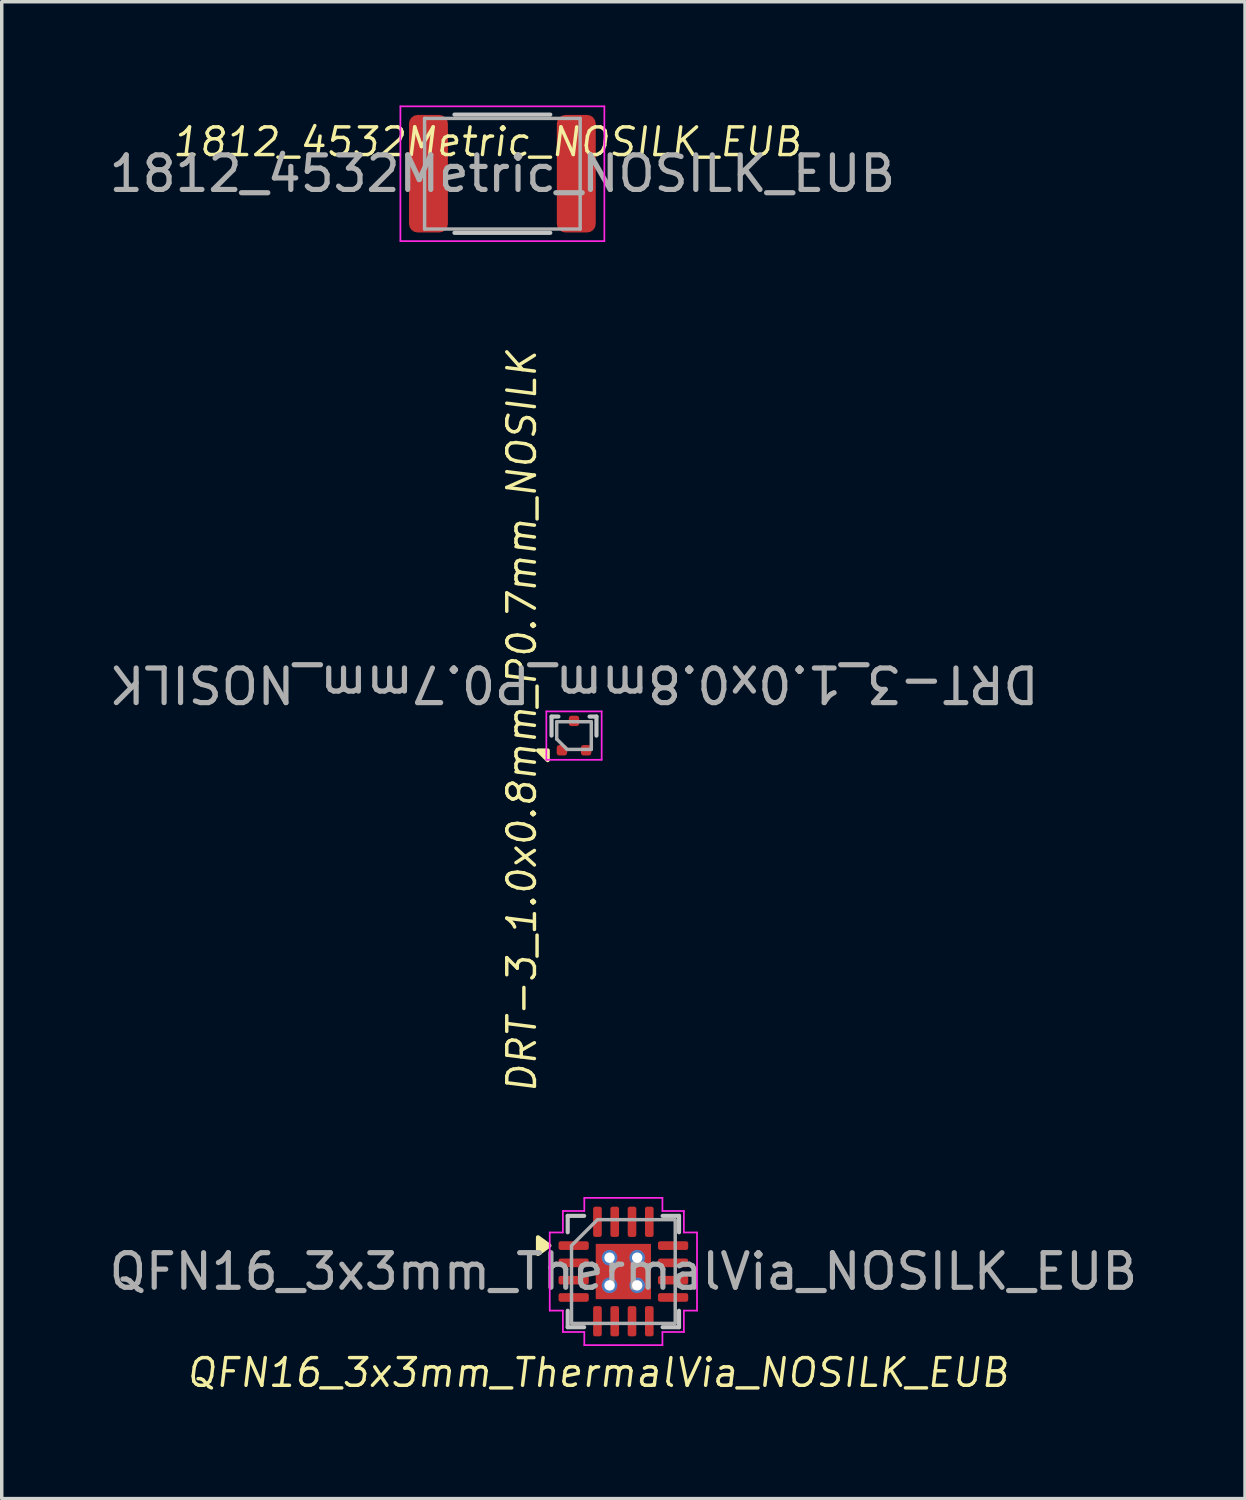
<source format=kicad_pcb>
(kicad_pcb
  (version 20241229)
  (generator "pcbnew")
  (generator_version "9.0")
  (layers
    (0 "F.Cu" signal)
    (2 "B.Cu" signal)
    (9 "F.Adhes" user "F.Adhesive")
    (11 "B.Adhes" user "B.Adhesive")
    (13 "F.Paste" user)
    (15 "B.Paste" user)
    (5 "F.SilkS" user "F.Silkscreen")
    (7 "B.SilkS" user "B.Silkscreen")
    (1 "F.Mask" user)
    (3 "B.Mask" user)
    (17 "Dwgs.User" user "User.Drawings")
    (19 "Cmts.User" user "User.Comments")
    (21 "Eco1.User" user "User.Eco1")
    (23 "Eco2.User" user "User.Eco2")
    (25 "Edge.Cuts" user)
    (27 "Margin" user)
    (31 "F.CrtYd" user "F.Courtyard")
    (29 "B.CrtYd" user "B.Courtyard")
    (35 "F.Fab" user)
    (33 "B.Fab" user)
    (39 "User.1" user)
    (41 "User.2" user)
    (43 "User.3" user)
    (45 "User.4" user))
  (footprint "QFN16_3x3mm_ThermalVia_NOSILK_EUB"
    (layer "F.Cu")
    (at 14.982 33.731)
    (property "Reference" "QFN16_3x3mm_ThermalVia_NOSILK_EUB" (at -0.74 2.925 0) (unlocked yes) (layer "F.SilkS") (effects (font (size 0.8 0.8) (thickness 0.1) (italic yes))))
    (attr smd)
    (fp_poly (pts (xy -2.14 -0.75) (xy -2.47 -0.51) (xy -2.47 -0.99)) (stroke (width 0.12) (type solid)) (fill yes) (layer "F.SilkS"))
    (fp_line (start -1.61 -1.61) (end -1.135 -1.61) (stroke (width 0.12) (type solid)) (layer "Dwgs.User"))
    (fp_line (start -1.61 -1.135) (end -1.61 -1.61) (stroke (width 0.12) (type solid)) (layer "Dwgs.User"))
    (fp_line (start -1.61 1.61) (end -1.61 1.135) (stroke (width 0.12) (type solid)) (layer "Dwgs.User"))
    (fp_line (start -1.135 1.61) (end -1.61 1.61) (stroke (width 0.12) (type solid)) (layer "Dwgs.User"))
    (fp_line (start 1.135 -1.61) (end 1.61 -1.61) (stroke (width 0.12) (type solid)) (layer "Dwgs.User"))
    (fp_line (start 1.61 -1.61) (end 1.61 -1.135) (stroke (width 0.12) (type solid)) (layer "Dwgs.User"))
    (fp_line (start 1.61 1.135) (end 1.61 1.61) (stroke (width 0.12) (type solid)) (layer "Dwgs.User"))
    (fp_line (start 1.61 1.61) (end 1.135 1.61) (stroke (width 0.12) (type solid)) (layer "Dwgs.User"))
    (fp_line (start -2.13 -1.13) (end -1.75 -1.13) (stroke (width 0.05) (type solid)) (layer "F.CrtYd"))
    (fp_line (start -2.13 1.13) (end -2.13 -1.13) (stroke (width 0.05) (type solid)) (layer "F.CrtYd"))
    (fp_line (start -1.75 -1.75) (end -1.13 -1.75) (stroke (width 0.05) (type solid)) (layer "F.CrtYd"))
    (fp_line (start -1.75 -1.13) (end -1.75 -1.75) (stroke (width 0.05) (type solid)) (layer "F.CrtYd"))
    (fp_line (start -1.75 1.13) (end -2.13 1.13) (stroke (width 0.05) (type solid)) (layer "F.CrtYd"))
    (fp_line (start -1.75 1.75) (end -1.75 1.13) (stroke (width 0.05) (type solid)) (layer "F.CrtYd"))
    (fp_line (start -1.13 -2.13) (end 1.13 -2.13) (stroke (width 0.05) (type solid)) (layer "F.CrtYd"))
    (fp_line (start -1.13 -1.75) (end -1.13 -2.13) (stroke (width 0.05) (type solid)) (layer "F.CrtYd"))
    (fp_line (start -1.13 1.75) (end -1.75 1.75) (stroke (width 0.05) (type solid)) (layer "F.CrtYd"))
    (fp_line (start -1.13 2.13) (end -1.13 1.75) (stroke (width 0.05) (type solid)) (layer "F.CrtYd"))
    (fp_line (start 1.13 -2.13) (end 1.13 -1.75) (stroke (width 0.05) (type solid)) (layer "F.CrtYd"))
    (fp_line (start 1.13 -1.75) (end 1.75 -1.75) (stroke (width 0.05) (type solid)) (layer "F.CrtYd"))
    (fp_line (start 1.13 1.75) (end 1.13 2.13) (stroke (width 0.05) (type solid)) (layer "F.CrtYd"))
    (fp_line (start 1.13 2.13) (end -1.13 2.13) (stroke (width 0.05) (type solid)) (layer "F.CrtYd"))
    (fp_line (start 1.75 -1.75) (end 1.75 -1.13) (stroke (width 0.05) (type solid)) (layer "F.CrtYd"))
    (fp_line (start 1.75 -1.13) (end 2.13 -1.13) (stroke (width 0.05) (type solid)) (layer "F.CrtYd"))
    (fp_line (start 1.75 1.13) (end 1.75 1.75) (stroke (width 0.05) (type solid)) (layer "F.CrtYd"))
    (fp_line (start 1.75 1.75) (end 1.13 1.75) (stroke (width 0.05) (type solid)) (layer "F.CrtYd"))
    (fp_line (start 2.13 -1.13) (end 2.13 1.13) (stroke (width 0.05) (type solid)) (layer "F.CrtYd"))
    (fp_line (start 2.13 1.13) (end 1.75 1.13) (stroke (width 0.05) (type solid)) (layer "F.CrtYd"))
    (fp_poly (pts (xy -1.5 -0.75) (xy -1.5 1.5) (xy 1.5 1.5) (xy 1.5 -1.5) (xy -0.75 -1.5)) (stroke (width 0.1) (type solid)) (fill no) (layer "F.Fab"))
    (fp_text user "${REFERENCE}" (at 0 0 0) (unlocked yes) (layer "F.Fab") (effects (font (size 1 1) (thickness 0.15))))
    (pad "" smd roundrect (at -0.4 -0.4) (size 0.64 0.64) (layers "F.Paste") (roundrect_rratio 0.25))
    (pad "" smd roundrect (at -0.4 0.4) (size 0.64 0.64) (layers "F.Paste") (roundrect_rratio 0.25))
    (pad "" smd roundrect (at 0.4 -0.4) (size 0.64 0.64) (layers "F.Paste") (roundrect_rratio 0.25))
    (pad "" smd roundrect (at 0.4 0.4) (size 0.64 0.64) (layers "F.Paste") (roundrect_rratio 0.25))
    (pad "1" smd roundrect (at -1.438 -0.75) (size 0.875 0.25) (layers "F.Cu" "F.Mask" "F.Paste") (roundrect_rratio 0.25))
    (pad "2" smd roundrect (at -1.438 -0.25) (size 0.875 0.25) (layers "F.Cu" "F.Mask" "F.Paste") (roundrect_rratio 0.25))
    (pad "3" smd roundrect (at -1.438 0.25) (size 0.875 0.25) (layers "F.Cu" "F.Mask" "F.Paste") (roundrect_rratio 0.25))
    (pad "4" smd roundrect (at -1.438 0.75) (size 0.875 0.25) (layers "F.Cu" "F.Mask" "F.Paste") (roundrect_rratio 0.25))
    (pad "5" smd roundrect (at -0.75 1.438) (size 0.25 0.875) (layers "F.Cu" "F.Mask" "F.Paste") (roundrect_rratio 0.25))
    (pad "6" smd roundrect (at -0.25 1.438) (size 0.25 0.875) (layers "F.Cu" "F.Mask" "F.Paste") (roundrect_rratio 0.25))
    (pad "7" smd roundrect (at 0.25 1.438) (size 0.25 0.875) (layers "F.Cu" "F.Mask" "F.Paste") (roundrect_rratio 0.25))
    (pad "8" smd roundrect (at 0.75 1.438) (size 0.25 0.875) (layers "F.Cu" "F.Mask" "F.Paste") (roundrect_rratio 0.25))
    (pad "9" smd roundrect (at 1.438 0.75) (size 0.875 0.25) (layers "F.Cu" "F.Mask" "F.Paste") (roundrect_rratio 0.25))
    (pad "10" smd roundrect (at 1.438 0.25) (size 0.875 0.25) (layers "F.Cu" "F.Mask" "F.Paste") (roundrect_rratio 0.25))
    (pad "11" smd roundrect (at 1.438 -0.25) (size 0.875 0.25) (layers "F.Cu" "F.Mask" "F.Paste") (roundrect_rratio 0.25))
    (pad "12" smd roundrect (at 1.438 -0.75) (size 0.875 0.25) (layers "F.Cu" "F.Mask" "F.Paste") (roundrect_rratio 0.25))
    (pad "13" smd roundrect (at 0.75 -1.438) (size 0.25 0.875) (layers "F.Cu" "F.Mask" "F.Paste") (roundrect_rratio 0.25))
    (pad "14" smd roundrect (at 0.25 -1.438) (size 0.25 0.875) (layers "F.Cu" "F.Mask" "F.Paste") (roundrect_rratio 0.25))
    (pad "15" smd roundrect (at -0.25 -1.438) (size 0.25 0.875) (layers "F.Cu" "F.Mask" "F.Paste") (roundrect_rratio 0.25))
    (pad "16" smd roundrect (at -0.75 -1.438) (size 0.25 0.875) (layers "F.Cu" "F.Mask" "F.Paste") (roundrect_rratio 0.25))
    (pad "17" thru_hole circle (at -0.4 -0.4) (size 0.45 0.45) (drill 0.3) (layers "*.Cu" "*.Mask"))
    (pad "17" thru_hole circle (at -0.4 0.4) (size 0.45 0.45) (drill 0.3) (layers "*.Cu" "*.Mask"))
    (pad "17" smd rect (at 0 0) (size 1.6 1.6) (property pad_prop_heatsink) (layers "F.Cu" "F.Mask"))
    (pad "17" thru_hole circle (at 0.4 -0.4) (size 0.45 0.45) (drill 0.3) (layers "*.Cu" "*.Mask"))
    (pad "17" thru_hole circle (at 0.4 0.4) (size 0.45 0.45) (drill 0.3) (layers "*.Cu" "*.Mask")))
  (footprint "1812_4532Metric_NOSILK_EUB"
    (layer "F.Cu")
    (at 11.482 1.975)
    (property "Reference" "1812_4532Metric_NOSILK_EUB" (at -0.44 -0.92 0) (unlocked yes) (layer "F.SilkS") (effects (font (size 0.8 0.8) (thickness 0.1) (italic yes))))
    (attr smd)
    (fp_line (start -1.386 -1.71) (end 1.386 -1.71) (stroke (width 0.12) (type solid)) (layer "Dwgs.User"))
    (fp_line (start -1.386 1.71) (end 1.386 1.71) (stroke (width 0.12) (type solid)) (layer "Dwgs.User"))
    (fp_line (start -2.95 -1.95) (end 2.95 -1.95) (stroke (width 0.05) (type solid)) (layer "F.CrtYd"))
    (fp_line (start -2.95 1.95) (end -2.95 -1.95) (stroke (width 0.05) (type solid)) (layer "F.CrtYd"))
    (fp_line (start 2.95 -1.95) (end 2.95 1.95) (stroke (width 0.05) (type solid)) (layer "F.CrtYd"))
    (fp_line (start 2.95 1.95) (end -2.95 1.95) (stroke (width 0.05) (type solid)) (layer "F.CrtYd"))
    (fp_line (start -2.25 -1.6) (end 2.25 -1.6) (stroke (width 0.1) (type solid)) (layer "F.Fab"))
    (fp_line (start -2.25 1.6) (end -2.25 -1.6) (stroke (width 0.1) (type solid)) (layer "F.Fab"))
    (fp_line (start 2.25 -1.6) (end 2.25 1.6) (stroke (width 0.1) (type solid)) (layer "F.Fab"))
    (fp_line (start 2.25 1.6) (end -2.25 1.6) (stroke (width 0.1) (type solid)) (layer "F.Fab"))
    (fp_text user "${REFERENCE}" (at 0 0 0) (unlocked yes) (layer "F.Fab") (effects (font (size 1 1) (thickness 0.15))))
    (pad "1" smd roundrect (at -2.138 0) (size 1.125 3.4) (layers "F.Cu" "F.Mask" "F.Paste") (roundrect_rratio 0.222))
    (pad "2" smd roundrect (at 2.138 0) (size 1.125 3.4) (layers "F.Cu" "F.Mask" "F.Paste") (roundrect_rratio 0.222)))
  (footprint "DRT-3_1.0x0.8mm_P0.7mm_NOSILK"
    (layer "F.Cu")
    (at 13.554 18.228)
    (property "Reference" "DRT-3_1.0x0.8mm_P0.7mm_NOSILK" (at -1.51 -0.415 90) (unlocked yes) (layer "F.SilkS") (effects (font (size 0.8 0.8) (thickness 0.1) (italic yes))))
    (attr smd)
    (fp_poly (pts (xy -0.76 0.43) (xy -0.76 0.71) (xy -1.04 0.43) (xy -0.76 0.43)) (stroke (width 0.12) (type solid)) (fill yes) (layer "F.SilkS"))
    (fp_line (start -0.65 -0.55) (end -0.45 -0.55) (stroke (width 0.12) (type solid)) (layer "Dwgs.User"))
    (fp_line (start -0.65 0) (end -0.65 -0.55) (stroke (width 0.12) (type solid)) (layer "Dwgs.User"))
    (fp_line (start 0.65 -0.55) (end 0.45 -0.55) (stroke (width 0.12) (type solid)) (layer "Dwgs.User"))
    (fp_line (start 0.65 0) (end 0.65 -0.55) (stroke (width 0.12) (type solid)) (layer "Dwgs.User"))
    (fp_line (start -0.8 -0.7) (end 0.8 -0.7) (stroke (width 0.05) (type solid)) (layer "F.CrtYd"))
    (fp_line (start -0.8 0.7) (end -0.8 -0.7) (stroke (width 0.05) (type solid)) (layer "F.CrtYd"))
    (fp_line (start 0.8 -0.7) (end 0.8 0.7) (stroke (width 0.05) (type solid)) (layer "F.CrtYd"))
    (fp_line (start 0.8 0.7) (end -0.8 0.7) (stroke (width 0.05) (type solid)) (layer "F.CrtYd"))
    (fp_line (start -0.5 -0.4) (end 0.5 -0.4) (stroke (width 0.1) (type solid)) (layer "F.Fab"))
    (fp_line (start -0.5 0.1) (end -0.5 -0.4) (stroke (width 0.1) (type solid)) (layer "F.Fab"))
    (fp_line (start -0.5 0.1) (end -0.2 0.4) (stroke (width 0.1) (type solid)) (layer "F.Fab"))
    (fp_line (start 0.5 -0.4) (end 0.5 0.4) (stroke (width 0.1) (type solid)) (layer "F.Fab"))
    (fp_line (start 0.5 0.4) (end -0.2 0.4) (stroke (width 0.1) (type solid)) (layer "F.Fab"))
    (fp_text user "${REFERENCE}" (at 0 -1.5 180) (unlocked yes) (layer "F.Fab") (effects (font (size 1 1) (thickness 0.15))))
    (pad "1" smd roundrect (at -0.35 0.425) (size 0.3 0.3) (layers "F.Cu" "F.Mask" "F.Paste") (roundrect_rratio 0.25))
    (pad "2" smd roundrect (at 0.35 0.425) (size 0.3 0.3) (layers "F.Cu" "F.Mask" "F.Paste") (roundrect_rratio 0.25))
    (pad "3" smd roundrect (at 0 -0.425) (size 0.3 0.3) (layers "F.Cu" "F.Mask" "F.Paste") (roundrect_rratio 0.25)))
  (gr_rect
    (start -3 -3)
    (end 32.964 40.299)
    (stroke (width 0.1) (type default))
    (fill no)
    (layer "Edge.Cuts")))
</source>
